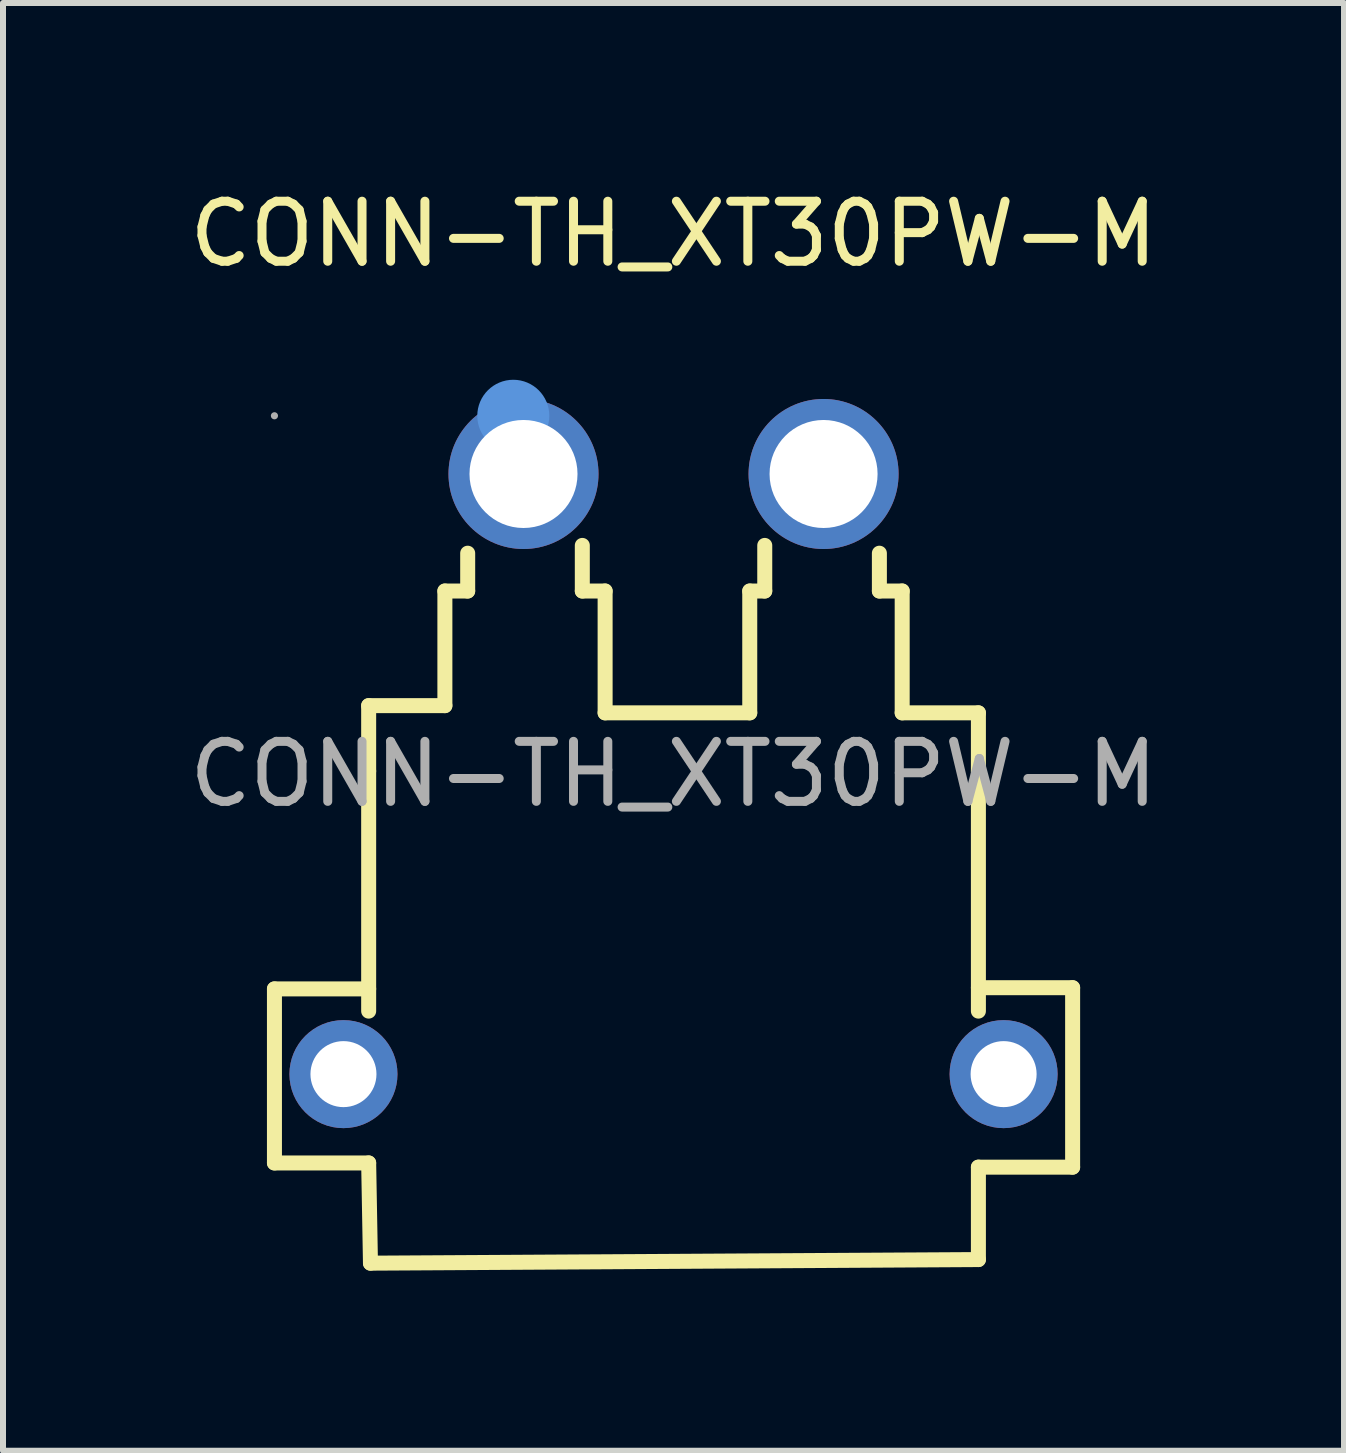
<source format=kicad_pcb>
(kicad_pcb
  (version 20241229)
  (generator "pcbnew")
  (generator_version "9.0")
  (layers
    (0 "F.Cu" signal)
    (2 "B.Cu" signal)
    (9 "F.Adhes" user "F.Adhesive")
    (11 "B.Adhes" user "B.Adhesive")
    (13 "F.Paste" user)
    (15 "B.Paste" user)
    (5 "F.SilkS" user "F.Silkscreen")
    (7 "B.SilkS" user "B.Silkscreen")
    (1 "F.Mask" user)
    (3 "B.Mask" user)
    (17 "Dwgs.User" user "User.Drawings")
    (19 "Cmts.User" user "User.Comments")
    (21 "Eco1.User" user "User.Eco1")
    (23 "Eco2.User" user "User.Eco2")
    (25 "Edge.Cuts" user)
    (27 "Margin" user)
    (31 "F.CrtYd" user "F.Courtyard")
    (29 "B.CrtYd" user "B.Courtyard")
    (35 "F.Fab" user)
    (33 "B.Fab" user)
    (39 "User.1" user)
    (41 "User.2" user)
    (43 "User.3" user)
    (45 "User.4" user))
  (footprint "CONN-TH_XT30PW-M"
    (layer "F.Cu")
    (at 8.173 9.848)
    (property "Reference" "CONN-TH_XT30PW-M" (at 0 -9 0) (layer "F.SilkS") (effects (font (size 1 1) (thickness 0.15))))
    (attr smd)
    (fp_line (start -6.65 3.58) (end -6.65 6.48) (stroke (width 0.25) (type solid)) (layer "F.SilkS"))
    (fp_line (start -6.65 3.58) (end -5.08 3.58) (stroke (width 0.25) (type solid)) (layer "F.SilkS"))
    (fp_line (start -6.65 6.48) (end -5.08 6.48) (stroke (width 0.25) (type solid)) (layer "F.SilkS"))
    (fp_line (start -5.08 -1.14) (end -5.08 -0.05) (stroke (width 0.25) (type solid)) (layer "F.SilkS"))
    (fp_line (start -5.08 3.95) (end -5.08 -0.05) (stroke (width 0.25) (type solid)) (layer "F.SilkS"))
    (fp_line (start -5.08 6.48) (end -5.05 8.15) (stroke (width 0.25) (type solid)) (layer "F.SilkS"))
    (fp_line (start -5.05 8.15) (end 5.08 8.09) (stroke (width 0.25) (type solid)) (layer "F.SilkS"))
    (fp_line (start -3.81 -3.05) (end -3.81 -1.14) (stroke (width 0.25) (type solid)) (layer "F.SilkS"))
    (fp_line (start -3.81 -1.14) (end -5.08 -1.14) (stroke (width 0.25) (type solid)) (layer "F.SilkS"))
    (fp_line (start -3.43 -3.68) (end -3.43 -3.05) (stroke (width 0.25) (type solid)) (layer "F.SilkS"))
    (fp_line (start -3.43 -3.05) (end -3.81 -3.05) (stroke (width 0.25) (type solid)) (layer "F.SilkS"))
    (fp_line (start -1.52 -3.81) (end -1.52 -3.05) (stroke (width 0.25) (type solid)) (layer "F.SilkS"))
    (fp_line (start -1.52 -3.05) (end -1.14 -3.05) (stroke (width 0.25) (type solid)) (layer "F.SilkS"))
    (fp_line (start -1.14 -3.05) (end -1.14 -1.02) (stroke (width 0.25) (type solid)) (layer "F.SilkS"))
    (fp_line (start -1.14 -1.02) (end 1.27 -1.02) (stroke (width 0.25) (type solid)) (layer "F.SilkS"))
    (fp_line (start 1.27 -3.05) (end 1.52 -3.05) (stroke (width 0.25) (type solid)) (layer "F.SilkS"))
    (fp_line (start 1.27 -1.02) (end 1.27 -3.05) (stroke (width 0.25) (type solid)) (layer "F.SilkS"))
    (fp_line (start 1.52 -3.05) (end 1.52 -3.81) (stroke (width 0.25) (type solid)) (layer "F.SilkS"))
    (fp_line (start 3.43 -3.68) (end 3.43 -3.05) (stroke (width 0.25) (type solid)) (layer "F.SilkS"))
    (fp_line (start 3.43 -3.05) (end 3.81 -3.05) (stroke (width 0.25) (type solid)) (layer "F.SilkS"))
    (fp_line (start 3.81 -3.05) (end 3.81 -1.02) (stroke (width 0.25) (type solid)) (layer "F.SilkS"))
    (fp_line (start 3.81 -1.02) (end 5.08 -1.02) (stroke (width 0.25) (type solid)) (layer "F.SilkS"))
    (fp_line (start 5.08 -1.02) (end 5.08 -0.05) (stroke (width 0.25) (type solid)) (layer "F.SilkS"))
    (fp_line (start 5.08 3.56) (end 6.65 3.56) (stroke (width 0.25) (type solid)) (layer "F.SilkS"))
    (fp_line (start 5.08 3.95) (end 5.08 -0.05) (stroke (width 0.25) (type solid)) (layer "F.SilkS"))
    (fp_line (start 5.08 6.55) (end 6.65 6.55) (stroke (width 0.25) (type solid)) (layer "F.SilkS"))
    (fp_line (start 5.08 8.09) (end 5.08 6.55) (stroke (width 0.25) (type solid)) (layer "F.SilkS"))
    (fp_line (start 6.65 3.56) (end 6.65 6.55) (stroke (width 0.25) (type solid)) (layer "F.SilkS"))
    (fp_circle (center -2.67 -5.97) (end -2.37 -5.97) (stroke (width 0.6) (type solid)) (fill no) (layer "Cmts.User"))
    (fp_circle (center -6.65 -5.97) (end -6.62 -5.97) (stroke (width 0.06) (type solid)) (fill no) (layer "F.Fab"))
    (fp_circle (center -5.5 5) (end -5.31 5) (stroke (width 0.38) (type solid)) (fill no) (layer "F.Fab"))
    (fp_circle (center -2.5 -5) (end -2.17 -5) (stroke (width 0.65) (type solid)) (fill no) (layer "F.Fab"))
    (fp_circle (center 2.5 -5) (end 2.83 -5) (stroke (width 0.65) (type solid)) (fill no) (layer "F.Fab"))
    (fp_circle (center 5.5 5) (end 5.69 5) (stroke (width 0.38) (type solid)) (fill no) (layer "F.Fab"))
    (fp_text user "${REFERENCE}" (at 0 0 0) (layer "F.Fab") (effects (font (size 1 1) (thickness 0.15))))
    (pad "1" thru_hole circle (at -2.5 -5) (size 2.5 2.5) (drill 1.8) (layers "*.Cu" "*.Paste" "*.Mask"))
    (pad "2" thru_hole circle (at 2.5 -5) (size 2.5 2.5) (drill 1.8) (layers "*.Cu" "*.Paste" "*.Mask"))
    (pad "3" thru_hole circle (at 5.5 5) (size 1.8 1.8) (drill 1.1) (layers "*.Cu" "*.Paste" "*.Mask"))
    (pad "4" thru_hole circle (at -5.5 5) (size 1.8 1.8) (drill 1.1) (layers "*.Cu" "*.Paste" "*.Mask")))
  (gr_rect
    (start -3 -3)
    (end 19.345 21.123)
    (stroke (width 0.1) (type default))
    (fill no)
    (layer "Edge.Cuts")))
</source>
